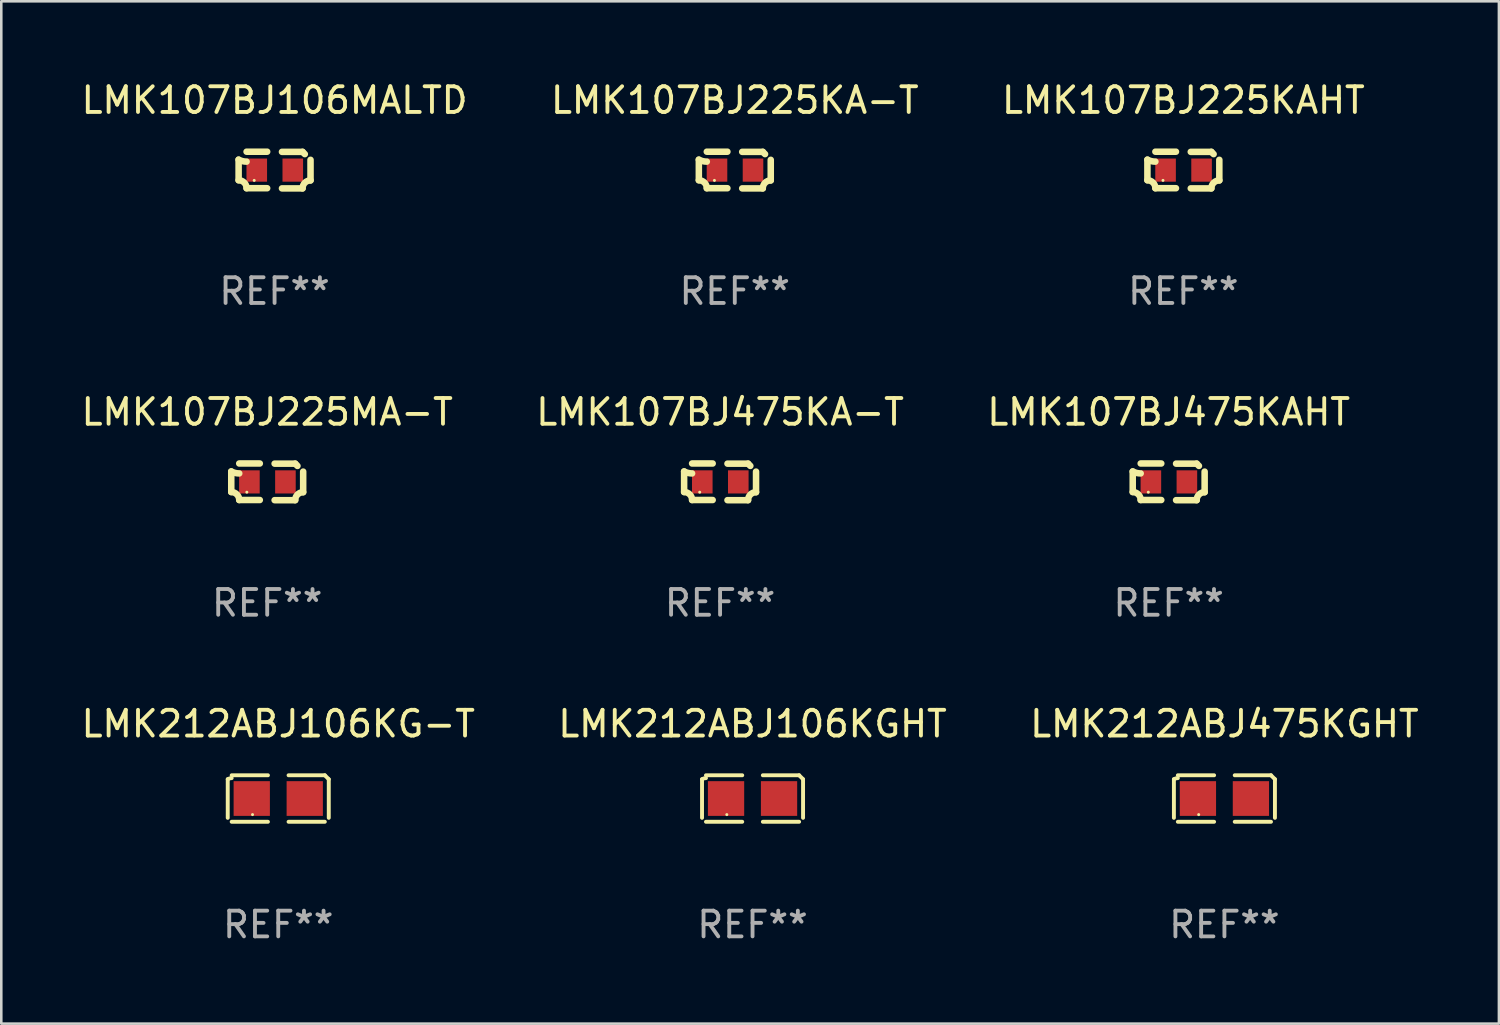
<source format=kicad_pcb>
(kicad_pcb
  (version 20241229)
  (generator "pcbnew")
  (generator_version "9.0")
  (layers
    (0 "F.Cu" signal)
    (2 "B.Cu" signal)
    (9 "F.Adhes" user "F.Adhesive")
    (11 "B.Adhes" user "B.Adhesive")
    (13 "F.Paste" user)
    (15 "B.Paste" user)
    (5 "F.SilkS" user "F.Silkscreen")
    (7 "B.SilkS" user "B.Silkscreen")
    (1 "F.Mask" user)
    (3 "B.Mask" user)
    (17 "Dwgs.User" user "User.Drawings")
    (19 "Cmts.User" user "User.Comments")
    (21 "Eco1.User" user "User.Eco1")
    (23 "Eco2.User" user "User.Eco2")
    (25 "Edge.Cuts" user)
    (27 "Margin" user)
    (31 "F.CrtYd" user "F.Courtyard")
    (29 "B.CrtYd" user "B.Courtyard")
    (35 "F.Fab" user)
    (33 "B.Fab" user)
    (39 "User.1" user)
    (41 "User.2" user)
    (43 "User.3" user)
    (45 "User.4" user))
  (footprint "LMK212ABJ106KGHT"
    (layer "F.Cu")
    (at 26.208 27.996)
    (property "Reference" "LMK212ABJ106KGHT" (at 0 -2.904 0) (layer "F.SilkS") (effects (font (size 1 1) (thickness 0.15))))
    (attr through_hole)
    (fp_line (start -1.964 0.751) (end -1.964 -0.751) (stroke (width 0.152) (type solid)) (layer "F.SilkS"))
    (fp_line (start -1.811 -0.904) (end -0.401 -0.904) (stroke (width 0.152) (type solid)) (layer "F.SilkS"))
    (fp_line (start -0.401 0.904) (end -1.811 0.904) (stroke (width 0.152) (type solid)) (layer "F.SilkS"))
    (fp_line (start 0.401 0.904) (end 1.811 0.904) (stroke (width 0.152) (type solid)) (layer "F.SilkS"))
    (fp_line (start 1.811 -0.904) (end 0.401 -0.904) (stroke (width 0.152) (type solid)) (layer "F.SilkS"))
    (fp_line (start 1.964 0.751) (end 1.964 -0.751) (stroke (width 0.152) (type solid)) (layer "F.SilkS"))
    (fp_arc (start -1.963602 -0.751207) (mid -1.890354 -0.783131) (end -1.811201 -0.794044) (stroke (width 0.1524) (type solid)) (layer "F.SilkS"))
    (fp_arc (start 1.811202 -0.903607) (mid 1.887413 -0.827418) (end 1.963602 -0.751207) (stroke (width 0.1524) (type solid)) (layer "F.SilkS"))
    (fp_circle (center -1 0.625) (end -0.97 0.625) (stroke (width 0.06) (type solid)) (fill no) (layer "F.SilkS"))
    (fp_text user "REF**" (at 0 4.904 0) (layer "F.Fab") (effects (font (size 1 1) (thickness 0.15))))
    (pad "1" smd rect (at -1.03 0) (size 1.41 1.35) (layers "F.Cu" "F.Mask" "F.Paste"))
    (pad "2" smd rect (at 1.03 0) (size 1.41 1.35) (layers "F.Cu" "F.Mask" "F.Paste")))
  (footprint "LMK107BJ106MALTD"
    (layer "F.Cu")
    (at 7.625 3.561)
    (property "Reference" "LMK107BJ106MALTD" (at 0 -2.713 0) (layer "F.SilkS") (effects (font (size 1 1) (thickness 0.15))))
    (attr through_hole)
    (fp_line (start -1.398 -0.403) (end -1.398 0.397) (stroke (width 0.254) (type solid)) (layer "F.SilkS"))
    (fp_line (start -0.288 -0.713) (end -1.088 -0.713) (stroke (width 0.254) (type solid)) (layer "F.SilkS"))
    (fp_line (start -0.288 0.707) (end -1.088 0.707) (stroke (width 0.254) (type solid)) (layer "F.SilkS"))
    (fp_line (start 0.288 -0.707) (end 1.088 -0.707) (stroke (width 0.254) (type solid)) (layer "F.SilkS"))
    (fp_line (start 0.288 0.713) (end 1.088 0.713) (stroke (width 0.254) (type solid)) (layer "F.SilkS"))
    (fp_line (start 1.398 -0.397) (end 1.398 0.403) (stroke (width 0.254) (type solid)) (layer "F.SilkS"))
    (fp_arc (start -1.397789 0.397066) (mid -1.178701 0.487826) (end -1.08796 0.706922) (stroke (width 0.254001) (type solid)) (layer "F.SilkS"))
    (fp_arc (start -1.08796 -0.327176) (mid -1.247436 -0.346384) (end -1.39779 -0.402908) (stroke (width 0.254001) (type solid)) (layer "F.SilkS"))
    (fp_arc (start 1.087909 0.712738) (mid 1.178656 0.493655) (end 1.397739 0.402908) (stroke (width 0.254001) (type solid)) (layer "F.SilkS"))
    (fp_arc (start 1.175925 -0.618926) (mid 1.131917 -0.662923) (end 1.08791 -0.706922) (stroke (width 0.254001) (type solid)) (layer "F.SilkS"))
    (fp_circle (center -0.792 0.403) (end -0.762 0.403) (stroke (width 0.06) (type solid)) (fill no) (layer "F.SilkS"))
    (fp_text user "REF**" (at 0 4.713 0) (layer "F.Fab") (effects (font (size 1 1) (thickness 0.15))))
    (pad "1" smd rect (at -0.692 0.003) (size 0.8 0.9) (layers "F.Cu" "F.Mask" "F.Paste"))
    (pad "2" smd rect (at 0.708 0.003) (size 0.8 0.9) (layers "F.Cu" "F.Mask" "F.Paste")))
  (footprint "LMK107BJ225MA-T"
    (layer "F.Cu")
    (at 7.339 15.683)
    (property "Reference" "LMK107BJ225MA-T" (at 0 -2.713 0) (layer "F.SilkS") (effects (font (size 1 1) (thickness 0.15))))
    (attr through_hole)
    (fp_line (start -1.398 -0.403) (end -1.398 0.397) (stroke (width 0.254) (type solid)) (layer "F.SilkS"))
    (fp_line (start -0.288 -0.713) (end -1.088 -0.713) (stroke (width 0.254) (type solid)) (layer "F.SilkS"))
    (fp_line (start -0.288 0.707) (end -1.088 0.707) (stroke (width 0.254) (type solid)) (layer "F.SilkS"))
    (fp_line (start 0.288 -0.707) (end 1.088 -0.707) (stroke (width 0.254) (type solid)) (layer "F.SilkS"))
    (fp_line (start 0.288 0.713) (end 1.088 0.713) (stroke (width 0.254) (type solid)) (layer "F.SilkS"))
    (fp_line (start 1.398 -0.397) (end 1.398 0.403) (stroke (width 0.254) (type solid)) (layer "F.SilkS"))
    (fp_arc (start -1.397789 0.397066) (mid -1.178701 0.487826) (end -1.08796 0.706922) (stroke (width 0.254001) (type solid)) (layer "F.SilkS"))
    (fp_arc (start -1.08796 -0.327176) (mid -1.247436 -0.346384) (end -1.39779 -0.402908) (stroke (width 0.254001) (type solid)) (layer "F.SilkS"))
    (fp_arc (start 1.087909 0.712738) (mid 1.178656 0.493655) (end 1.397739 0.402908) (stroke (width 0.254001) (type solid)) (layer "F.SilkS"))
    (fp_arc (start 1.175925 -0.618926) (mid 1.131917 -0.662923) (end 1.08791 -0.706922) (stroke (width 0.254001) (type solid)) (layer "F.SilkS"))
    (fp_circle (center -0.792 0.403) (end -0.762 0.403) (stroke (width 0.06) (type solid)) (fill no) (layer "F.SilkS"))
    (fp_text user "REF**" (at 0 4.713 0) (layer "F.Fab") (effects (font (size 1 1) (thickness 0.15))))
    (pad "1" smd rect (at -0.692 0.003) (size 0.8 0.9) (layers "F.Cu" "F.Mask" "F.Paste"))
    (pad "2" smd rect (at 0.708 0.003) (size 0.8 0.9) (layers "F.Cu" "F.Mask" "F.Paste")))
  (footprint "LMK107BJ475KA-T"
    (layer "F.Cu")
    (at 24.946 15.683)
    (property "Reference" "LMK107BJ475KA-T" (at 0 -2.713 0) (layer "F.SilkS") (effects (font (size 1 1) (thickness 0.15))))
    (attr through_hole)
    (fp_line (start -1.398 -0.403) (end -1.398 0.397) (stroke (width 0.254) (type solid)) (layer "F.SilkS"))
    (fp_line (start -0.288 -0.713) (end -1.088 -0.713) (stroke (width 0.254) (type solid)) (layer "F.SilkS"))
    (fp_line (start -0.288 0.707) (end -1.088 0.707) (stroke (width 0.254) (type solid)) (layer "F.SilkS"))
    (fp_line (start 0.288 -0.707) (end 1.088 -0.707) (stroke (width 0.254) (type solid)) (layer "F.SilkS"))
    (fp_line (start 0.288 0.713) (end 1.088 0.713) (stroke (width 0.254) (type solid)) (layer "F.SilkS"))
    (fp_line (start 1.398 -0.397) (end 1.398 0.403) (stroke (width 0.254) (type solid)) (layer "F.SilkS"))
    (fp_arc (start -1.397789 0.397066) (mid -1.178701 0.487826) (end -1.08796 0.706922) (stroke (width 0.254001) (type solid)) (layer "F.SilkS"))
    (fp_arc (start -1.08796 -0.327176) (mid -1.247436 -0.346384) (end -1.39779 -0.402908) (stroke (width 0.254001) (type solid)) (layer "F.SilkS"))
    (fp_arc (start 1.087909 0.712738) (mid 1.178656 0.493655) (end 1.397739 0.402908) (stroke (width 0.254001) (type solid)) (layer "F.SilkS"))
    (fp_arc (start 1.175925 -0.618926) (mid 1.131917 -0.662923) (end 1.08791 -0.706922) (stroke (width 0.254001) (type solid)) (layer "F.SilkS"))
    (fp_circle (center -0.792 0.403) (end -0.762 0.403) (stroke (width 0.06) (type solid)) (fill no) (layer "F.SilkS"))
    (fp_text user "REF**" (at 0 4.713 0) (layer "F.Fab") (effects (font (size 1 1) (thickness 0.15))))
    (pad "1" smd rect (at -0.692 0.003) (size 0.8 0.9) (layers "F.Cu" "F.Mask" "F.Paste"))
    (pad "2" smd rect (at 0.708 0.003) (size 0.8 0.9) (layers "F.Cu" "F.Mask" "F.Paste")))
  (footprint "LMK107BJ225KAHT"
    (layer "F.Cu")
    (at 42.958 3.561)
    (property "Reference" "LMK107BJ225KAHT" (at 0 -2.713 0) (layer "F.SilkS") (effects (font (size 1 1) (thickness 0.15))))
    (attr through_hole)
    (fp_line (start -1.398 -0.403) (end -1.398 0.397) (stroke (width 0.254) (type solid)) (layer "F.SilkS"))
    (fp_line (start -0.288 -0.713) (end -1.088 -0.713) (stroke (width 0.254) (type solid)) (layer "F.SilkS"))
    (fp_line (start -0.288 0.707) (end -1.088 0.707) (stroke (width 0.254) (type solid)) (layer "F.SilkS"))
    (fp_line (start 0.288 -0.707) (end 1.088 -0.707) (stroke (width 0.254) (type solid)) (layer "F.SilkS"))
    (fp_line (start 0.288 0.713) (end 1.088 0.713) (stroke (width 0.254) (type solid)) (layer "F.SilkS"))
    (fp_line (start 1.398 -0.397) (end 1.398 0.403) (stroke (width 0.254) (type solid)) (layer "F.SilkS"))
    (fp_arc (start -1.397789 0.397066) (mid -1.178701 0.487826) (end -1.08796 0.706922) (stroke (width 0.254001) (type solid)) (layer "F.SilkS"))
    (fp_arc (start -1.08796 -0.327176) (mid -1.247436 -0.346384) (end -1.39779 -0.402908) (stroke (width 0.254001) (type solid)) (layer "F.SilkS"))
    (fp_arc (start 1.087909 0.712738) (mid 1.178656 0.493655) (end 1.397739 0.402908) (stroke (width 0.254001) (type solid)) (layer "F.SilkS"))
    (fp_arc (start 1.175925 -0.618926) (mid 1.131917 -0.662923) (end 1.08791 -0.706922) (stroke (width 0.254001) (type solid)) (layer "F.SilkS"))
    (fp_circle (center -0.792 0.403) (end -0.762 0.403) (stroke (width 0.06) (type solid)) (fill no) (layer "F.SilkS"))
    (fp_text user "REF**" (at 0 4.713 0) (layer "F.Fab") (effects (font (size 1 1) (thickness 0.15))))
    (pad "1" smd rect (at -0.692 0.003) (size 0.8 0.9) (layers "F.Cu" "F.Mask" "F.Paste"))
    (pad "2" smd rect (at 0.708 0.003) (size 0.8 0.9) (layers "F.Cu" "F.Mask" "F.Paste")))
  (footprint "LMK212ABJ475KGHT"
    (layer "F.Cu")
    (at 44.554 27.996)
    (property "Reference" "LMK212ABJ475KGHT" (at 0 -2.904 0) (layer "F.SilkS") (effects (font (size 1 1) (thickness 0.15))))
    (attr through_hole)
    (fp_line (start -1.964 0.751) (end -1.964 -0.751) (stroke (width 0.152) (type solid)) (layer "F.SilkS"))
    (fp_line (start -1.811 -0.904) (end -0.401 -0.904) (stroke (width 0.152) (type solid)) (layer "F.SilkS"))
    (fp_line (start -0.401 0.904) (end -1.811 0.904) (stroke (width 0.152) (type solid)) (layer "F.SilkS"))
    (fp_line (start 0.401 0.904) (end 1.811 0.904) (stroke (width 0.152) (type solid)) (layer "F.SilkS"))
    (fp_line (start 1.811 -0.904) (end 0.401 -0.904) (stroke (width 0.152) (type solid)) (layer "F.SilkS"))
    (fp_line (start 1.964 0.751) (end 1.964 -0.751) (stroke (width 0.152) (type solid)) (layer "F.SilkS"))
    (fp_arc (start -1.963602 -0.751207) (mid -1.890354 -0.783131) (end -1.811201 -0.794044) (stroke (width 0.1524) (type solid)) (layer "F.SilkS"))
    (fp_arc (start 1.811202 -0.903607) (mid 1.887413 -0.827418) (end 1.963602 -0.751207) (stroke (width 0.1524) (type solid)) (layer "F.SilkS"))
    (fp_circle (center -1 0.625) (end -0.97 0.625) (stroke (width 0.06) (type solid)) (fill no) (layer "F.SilkS"))
    (fp_text user "REF**" (at 0 4.904 0) (layer "F.Fab") (effects (font (size 1 1) (thickness 0.15))))
    (pad "1" smd rect (at -1.03 0) (size 1.41 1.35) (layers "F.Cu" "F.Mask" "F.Paste"))
    (pad "2" smd rect (at 1.03 0) (size 1.41 1.35) (layers "F.Cu" "F.Mask" "F.Paste")))
  (footprint "LMK107BJ225KA-T"
    (layer "F.Cu")
    (at 25.518 3.561)
    (property "Reference" "LMK107BJ225KA-T" (at 0 -2.713 0) (layer "F.SilkS") (effects (font (size 1 1) (thickness 0.15))))
    (attr through_hole)
    (fp_line (start -1.398 -0.403) (end -1.398 0.397) (stroke (width 0.254) (type solid)) (layer "F.SilkS"))
    (fp_line (start -0.288 -0.713) (end -1.088 -0.713) (stroke (width 0.254) (type solid)) (layer "F.SilkS"))
    (fp_line (start -0.288 0.707) (end -1.088 0.707) (stroke (width 0.254) (type solid)) (layer "F.SilkS"))
    (fp_line (start 0.288 -0.707) (end 1.088 -0.707) (stroke (width 0.254) (type solid)) (layer "F.SilkS"))
    (fp_line (start 0.288 0.713) (end 1.088 0.713) (stroke (width 0.254) (type solid)) (layer "F.SilkS"))
    (fp_line (start 1.398 -0.397) (end 1.398 0.403) (stroke (width 0.254) (type solid)) (layer "F.SilkS"))
    (fp_arc (start -1.397789 0.397066) (mid -1.178701 0.487826) (end -1.08796 0.706922) (stroke (width 0.254001) (type solid)) (layer "F.SilkS"))
    (fp_arc (start -1.08796 -0.327176) (mid -1.247436 -0.346384) (end -1.39779 -0.402908) (stroke (width 0.254001) (type solid)) (layer "F.SilkS"))
    (fp_arc (start 1.087909 0.712738) (mid 1.178656 0.493655) (end 1.397739 0.402908) (stroke (width 0.254001) (type solid)) (layer "F.SilkS"))
    (fp_arc (start 1.175925 -0.618926) (mid 1.131917 -0.662923) (end 1.08791 -0.706922) (stroke (width 0.254001) (type solid)) (layer "F.SilkS"))
    (fp_circle (center -0.792 0.403) (end -0.762 0.403) (stroke (width 0.06) (type solid)) (fill no) (layer "F.SilkS"))
    (fp_text user "REF**" (at 0 4.713 0) (layer "F.Fab") (effects (font (size 1 1) (thickness 0.15))))
    (pad "1" smd rect (at -0.692 0.003) (size 0.8 0.9) (layers "F.Cu" "F.Mask" "F.Paste"))
    (pad "2" smd rect (at 0.708 0.003) (size 0.8 0.9) (layers "F.Cu" "F.Mask" "F.Paste")))
  (footprint "LMK107BJ475KAHT"
    (layer "F.Cu")
    (at 42.387 15.683)
    (property "Reference" "LMK107BJ475KAHT" (at 0 -2.713 0) (layer "F.SilkS") (effects (font (size 1 1) (thickness 0.15))))
    (attr through_hole)
    (fp_line (start -1.398 -0.403) (end -1.398 0.397) (stroke (width 0.254) (type solid)) (layer "F.SilkS"))
    (fp_line (start -0.288 -0.713) (end -1.088 -0.713) (stroke (width 0.254) (type solid)) (layer "F.SilkS"))
    (fp_line (start -0.288 0.707) (end -1.088 0.707) (stroke (width 0.254) (type solid)) (layer "F.SilkS"))
    (fp_line (start 0.288 -0.707) (end 1.088 -0.707) (stroke (width 0.254) (type solid)) (layer "F.SilkS"))
    (fp_line (start 0.288 0.713) (end 1.088 0.713) (stroke (width 0.254) (type solid)) (layer "F.SilkS"))
    (fp_line (start 1.398 -0.397) (end 1.398 0.403) (stroke (width 0.254) (type solid)) (layer "F.SilkS"))
    (fp_arc (start -1.397789 0.397066) (mid -1.178701 0.487826) (end -1.08796 0.706922) (stroke (width 0.254001) (type solid)) (layer "F.SilkS"))
    (fp_arc (start -1.08796 -0.327176) (mid -1.247436 -0.346384) (end -1.39779 -0.402908) (stroke (width 0.254001) (type solid)) (layer "F.SilkS"))
    (fp_arc (start 1.087909 0.712738) (mid 1.178656 0.493655) (end 1.397739 0.402908) (stroke (width 0.254001) (type solid)) (layer "F.SilkS"))
    (fp_arc (start 1.175925 -0.618926) (mid 1.131917 -0.662923) (end 1.08791 -0.706922) (stroke (width 0.254001) (type solid)) (layer "F.SilkS"))
    (fp_circle (center -0.792 0.403) (end -0.762 0.403) (stroke (width 0.06) (type solid)) (fill no) (layer "F.SilkS"))
    (fp_text user "REF**" (at 0 4.713 0) (layer "F.Fab") (effects (font (size 1 1) (thickness 0.15))))
    (pad "1" smd rect (at -0.692 0.003) (size 0.8 0.9) (layers "F.Cu" "F.Mask" "F.Paste"))
    (pad "2" smd rect (at 0.708 0.003) (size 0.8 0.9) (layers "F.Cu" "F.Mask" "F.Paste")))
  (footprint "LMK212ABJ106KG-T"
    (layer "F.Cu")
    (at 7.768 27.996)
    (property "Reference" "LMK212ABJ106KG-T" (at 0 -2.904 0) (layer "F.SilkS") (effects (font (size 1 1) (thickness 0.15))))
    (attr through_hole)
    (fp_line (start -1.964 0.751) (end -1.964 -0.751) (stroke (width 0.152) (type solid)) (layer "F.SilkS"))
    (fp_line (start -1.811 -0.904) (end -0.401 -0.904) (stroke (width 0.152) (type solid)) (layer "F.SilkS"))
    (fp_line (start -0.401 0.904) (end -1.811 0.904) (stroke (width 0.152) (type solid)) (layer "F.SilkS"))
    (fp_line (start 0.401 0.904) (end 1.811 0.904) (stroke (width 0.152) (type solid)) (layer "F.SilkS"))
    (fp_line (start 1.811 -0.904) (end 0.401 -0.904) (stroke (width 0.152) (type solid)) (layer "F.SilkS"))
    (fp_line (start 1.964 0.751) (end 1.964 -0.751) (stroke (width 0.152) (type solid)) (layer "F.SilkS"))
    (fp_arc (start -1.963602 -0.751207) (mid -1.890354 -0.783131) (end -1.811201 -0.794044) (stroke (width 0.1524) (type solid)) (layer "F.SilkS"))
    (fp_arc (start 1.811202 -0.903607) (mid 1.887413 -0.827418) (end 1.963602 -0.751207) (stroke (width 0.1524) (type solid)) (layer "F.SilkS"))
    (fp_circle (center -1 0.625) (end -0.97 0.625) (stroke (width 0.06) (type solid)) (fill no) (layer "F.SilkS"))
    (fp_text user "REF**" (at 0 4.904 0) (layer "F.Fab") (effects (font (size 1 1) (thickness 0.15))))
    (pad "1" smd rect (at -1.03 0) (size 1.41 1.35) (layers "F.Cu" "F.Mask" "F.Paste"))
    (pad "2" smd rect (at 1.03 0) (size 1.41 1.35) (layers "F.Cu" "F.Mask" "F.Paste")))
  (gr_rect
    (start -3 -3)
    (end 55.226 36.748)
    (stroke (width 0.1) (type default))
    (fill no)
    (layer "Edge.Cuts")))
</source>
